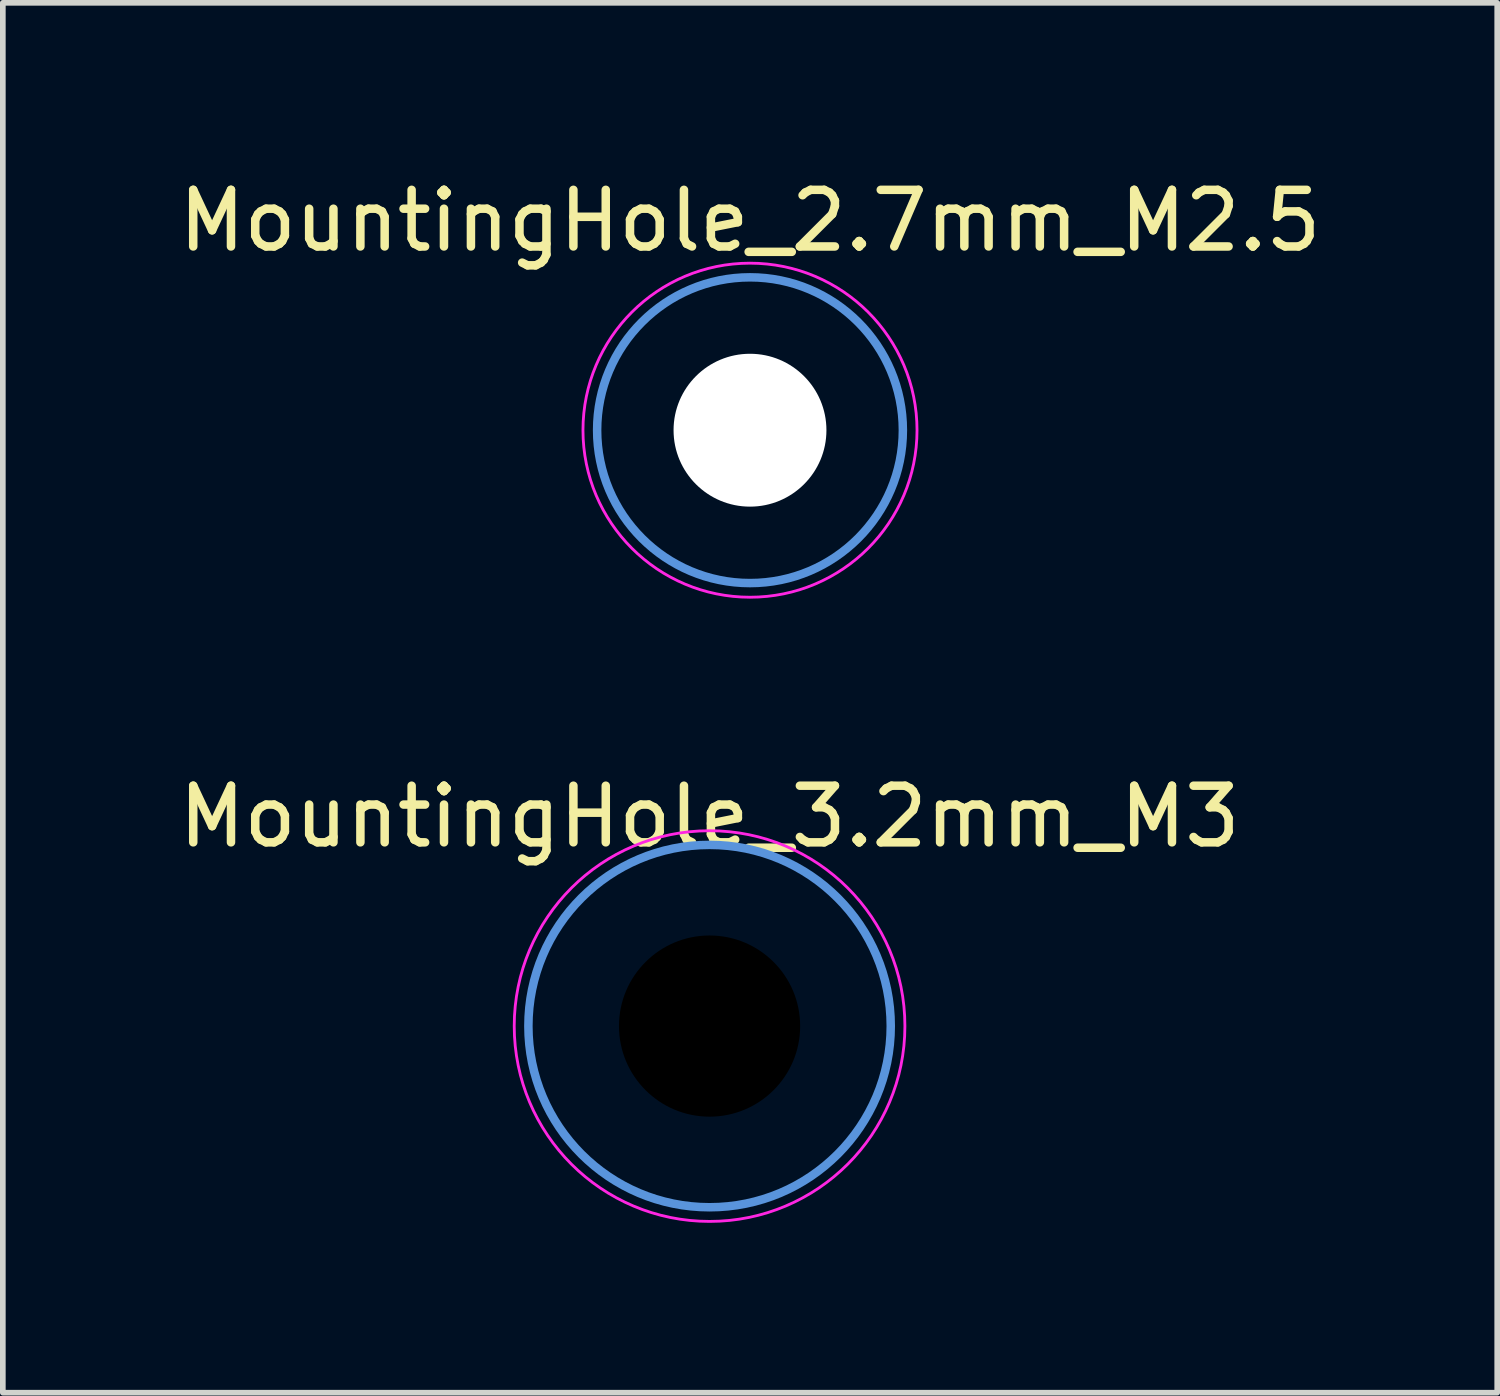
<source format=kicad_pcb>
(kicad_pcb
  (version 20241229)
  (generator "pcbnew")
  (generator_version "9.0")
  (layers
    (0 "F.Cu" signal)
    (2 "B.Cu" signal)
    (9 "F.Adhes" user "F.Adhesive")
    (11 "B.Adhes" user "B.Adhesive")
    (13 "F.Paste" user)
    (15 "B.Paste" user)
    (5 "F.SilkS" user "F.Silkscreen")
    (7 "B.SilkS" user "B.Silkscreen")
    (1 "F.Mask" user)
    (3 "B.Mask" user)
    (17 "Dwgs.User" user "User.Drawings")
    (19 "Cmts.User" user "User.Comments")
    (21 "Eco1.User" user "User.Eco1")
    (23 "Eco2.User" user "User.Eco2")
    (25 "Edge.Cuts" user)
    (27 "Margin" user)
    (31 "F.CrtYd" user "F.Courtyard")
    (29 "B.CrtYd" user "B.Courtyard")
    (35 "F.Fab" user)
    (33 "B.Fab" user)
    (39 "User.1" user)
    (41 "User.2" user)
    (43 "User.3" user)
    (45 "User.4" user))
  (footprint "MountingHole_2.7mm_M2.5"
    (layer "F.Cu")
    (at 10.196 4.548)
    (property "Reference" "MountingHole_2.7mm_M2.5" (at 0 -3.7 0) (layer "F.SilkS") (effects (font (size 1 1) (thickness 0.15))))
    (attr exclude_from_pos_files exclude_from_bom)
    (fp_circle (center 0 0) (end 2.7 0) (stroke (width 0.15) (type solid)) (fill no) (layer "Cmts.User"))
    (fp_circle (center 0 0) (end 2.95 0) (stroke (width 0.05) (type solid)) (fill no) (layer "F.CrtYd"))
    (pad "" np_thru_hole circle (at 0 0) (size 2.7 2.7) (drill 2.7) (layers "*.Cu" "*.Mask")))
  (footprint "MountingHole_3.2mm_M3"
    (layer "F.Cu")
    (at 9.482 15.072)
    (property "Reference" "MountingHole_3.2mm_M3" (at 0 -3.7 0) (layer "F.SilkS") (effects (font (size 1 1) (thickness 0.15))))
    (attr exclude_from_pos_files exclude_from_bom)
    (fp_circle (center 0 0) (end 3.2 0) (stroke (width 0.15) (type solid)) (fill no) (layer "Cmts.User"))
    (fp_circle (center 0 0) (end 3.45 0) (stroke (width 0.05) (type solid)) (fill no) (layer "F.CrtYd"))
    (pad "" np_thru_hole circle (at 0 0) (size 6 6) (drill 3.2) (layers "*.Mask")))
  (gr_rect
    (start -3 -3)
    (end 23.393 21.547)
    (stroke (width 0.1) (type default))
    (fill no)
    (layer "Edge.Cuts")))
</source>
